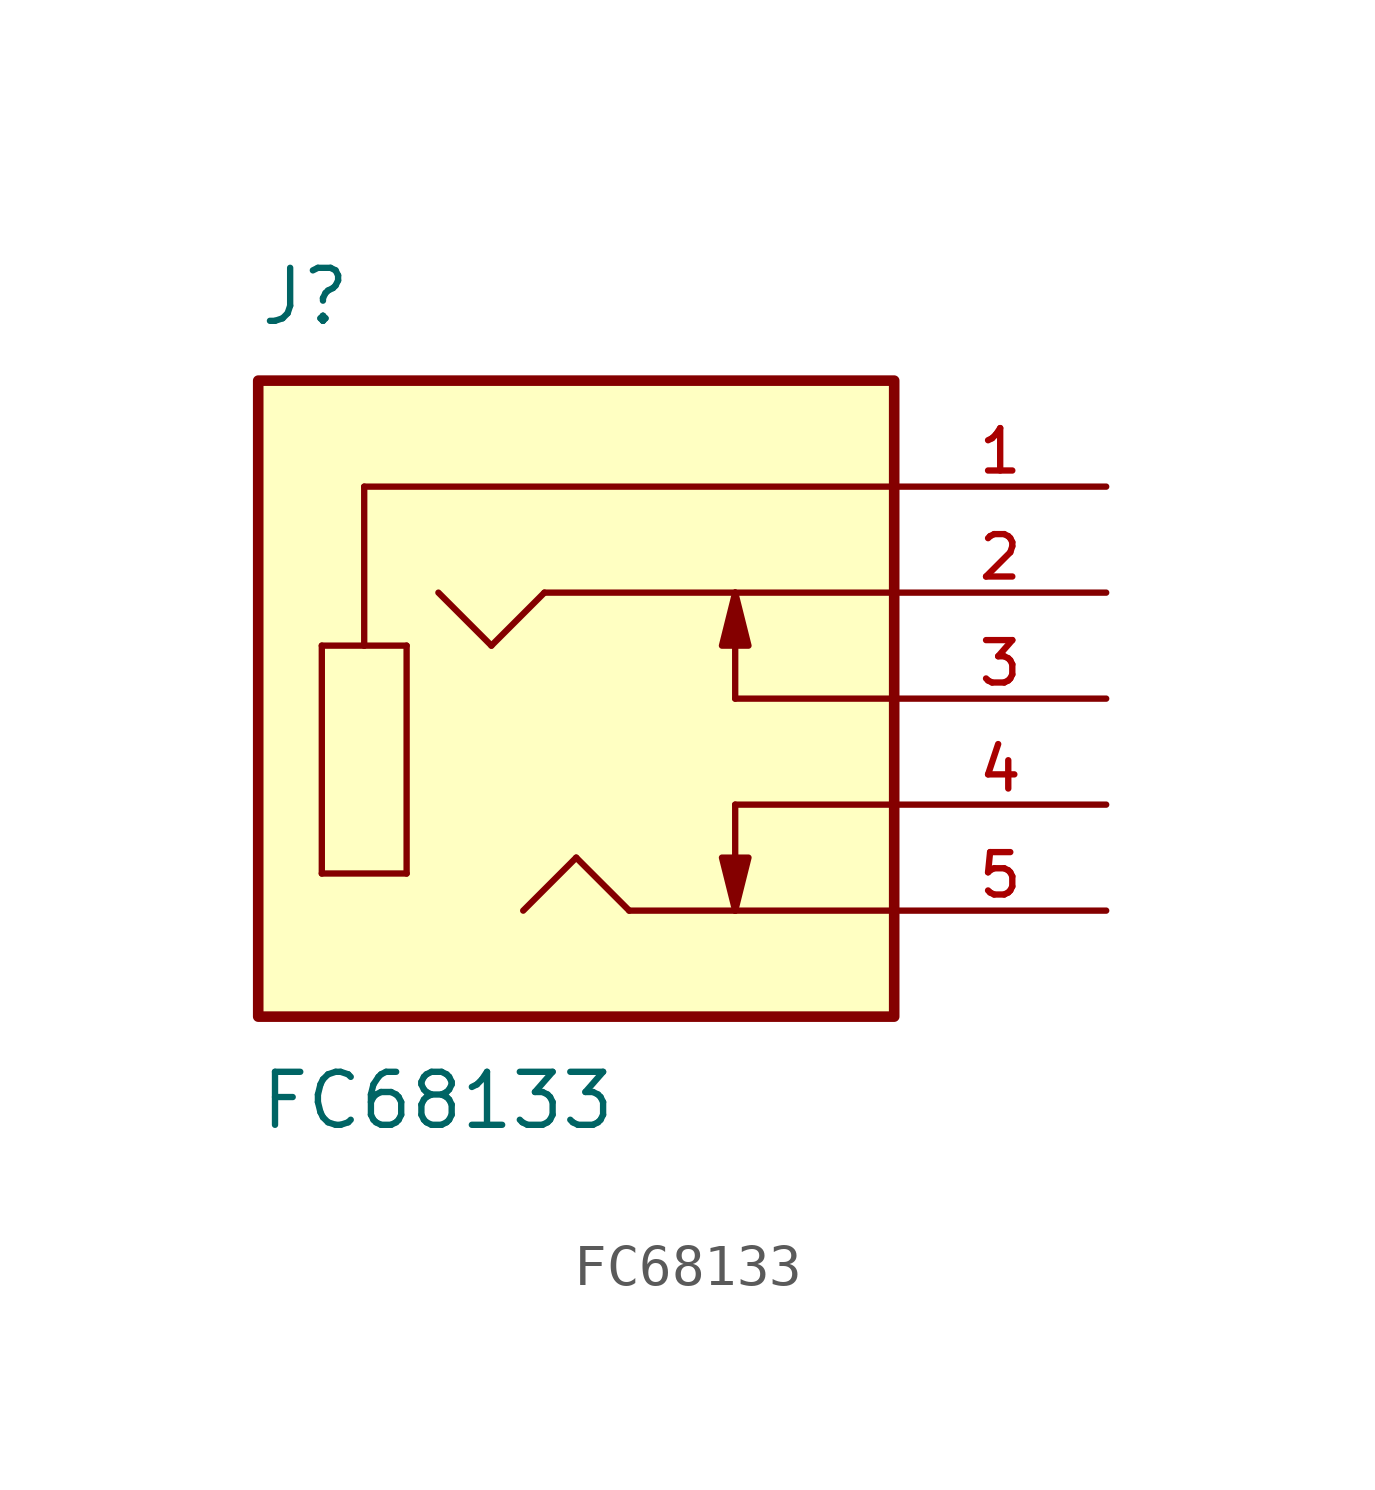
<source format=kicad_sym>
(kicad_symbol_lib
  (version 20211014)
  (generator kicad_symbol_editor)
  (symbol "FC68133"
    (pin_names
      (offset 1.016))
    (property "Reference" "J"
      (at -7.62 8.89 0)
      (effects (font (size 1.27 1.27)) (justify bottom left)))
    (property "Value" "FC68133"
      (at -7.62 -8.89 0.0)
      (effects (font (size 1.27 1.27)) (justify top left)))
    (symbol "FC68133_0_0"
      (polyline (pts (xy 7.62 5.08) (xy -5.08 5.08)) (stroke (width 0.152)))
      (polyline (pts (xy -5.08 5.08) (xy -5.08 1.27)) (stroke (width 0.152)))
      (polyline (pts (xy -5.08 1.27) (xy -4.064 1.27)) (stroke (width 0.152)))
      (polyline (pts (xy -4.064 1.27) (xy -4.064 -4.191)) (stroke (width 0.152)))
      (polyline (pts (xy -4.064 -4.191) (xy -6.096 -4.191)) (stroke (width 0.152)))
      (polyline (pts (xy -6.096 -4.191) (xy -6.096 1.27)) (stroke (width 0.152)))
      (polyline (pts (xy -6.096 1.27) (xy -5.08 1.27)) (stroke (width 0.152)))
      (polyline (pts (xy 7.62 2.54) (xy 3.81 2.54)) (stroke (width 0.152)))
      (polyline (pts (xy 3.81 2.54) (xy -0.762 2.54)) (stroke (width 0.152)))
      (polyline (pts (xy -0.762 2.54) (xy -2.032 1.27)) (stroke (width 0.152)))
      (polyline (pts (xy -2.032 1.27) (xy -3.302 2.54)) (stroke (width 0.152)))
      (polyline (pts (xy 7.62 -5.08) (xy 3.81 -5.08)) (stroke (width 0.152)))
      (polyline (pts (xy 3.81 -5.08) (xy 1.27 -5.08)) (stroke (width 0.152)))
      (polyline (pts (xy 1.27 -5.08) (xy 0.0 -3.81)) (stroke (width 0.152)))
      (polyline (pts (xy 0.0 -3.81) (xy -1.27 -5.08)) (stroke (width 0.152)))
      (polyline (pts (xy 7.62 0.0) (xy 3.81 0.0)) (stroke (width 0.152)))
      (polyline (pts (xy 3.81 0.0) (xy 3.81 2.54)) (stroke (width 0.152)))
      (polyline (pts (xy 3.81 -5.08) (xy 3.81 -2.54)) (stroke (width 0.152)))
      (polyline (pts (xy 7.62 -2.54) (xy 3.81 -2.54)) (stroke (width 0.152)))
      (polyline (pts (xy 3.81 -5.08) (xy 3.493 -3.81) (xy 4.128 -3.81) (xy 3.81 -5.08)) (stroke (width 0.152)) (fill (type outline)))
      (polyline (pts (xy 3.81 2.54) (xy 4.128 1.27) (xy 3.493 1.27) (xy 3.81 2.54)) (stroke (width 0.152)) (fill (type outline)))
      (rectangle (start -7.62 -7.62) (end 7.62 7.62) (stroke (width 0.254)) (fill (type background)))
      (pin passive line (at 12.7 5.08 180.0) (length 5.08) (name "~" (effects (font (size 1.016 1.016)))) (number "1" (effects (font (size 1.016 1.016)))))
      (pin passive line (at 12.7 -5.08 180.0) (length 5.08) (name "~" (effects (font (size 1.016 1.016)))) (number "5" (effects (font (size 1.016 1.016)))))
      (pin passive line (at 12.7 2.54 180.0) (length 5.08) (name "~" (effects (font (size 1.016 1.016)))) (number "2" (effects (font (size 1.016 1.016)))))
      (pin passive line (at 12.7 -2.54 180.0) (length 5.08) (name "~" (effects (font (size 1.016 1.016)))) (number "4" (effects (font (size 1.016 1.016)))))
      (pin passive line (at 12.7 0.0 180.0) (length 5.08) (name "~" (effects (font (size 1.016 1.016)))) (number "3" (effects (font (size 1.016 1.016))))))))
</source>
